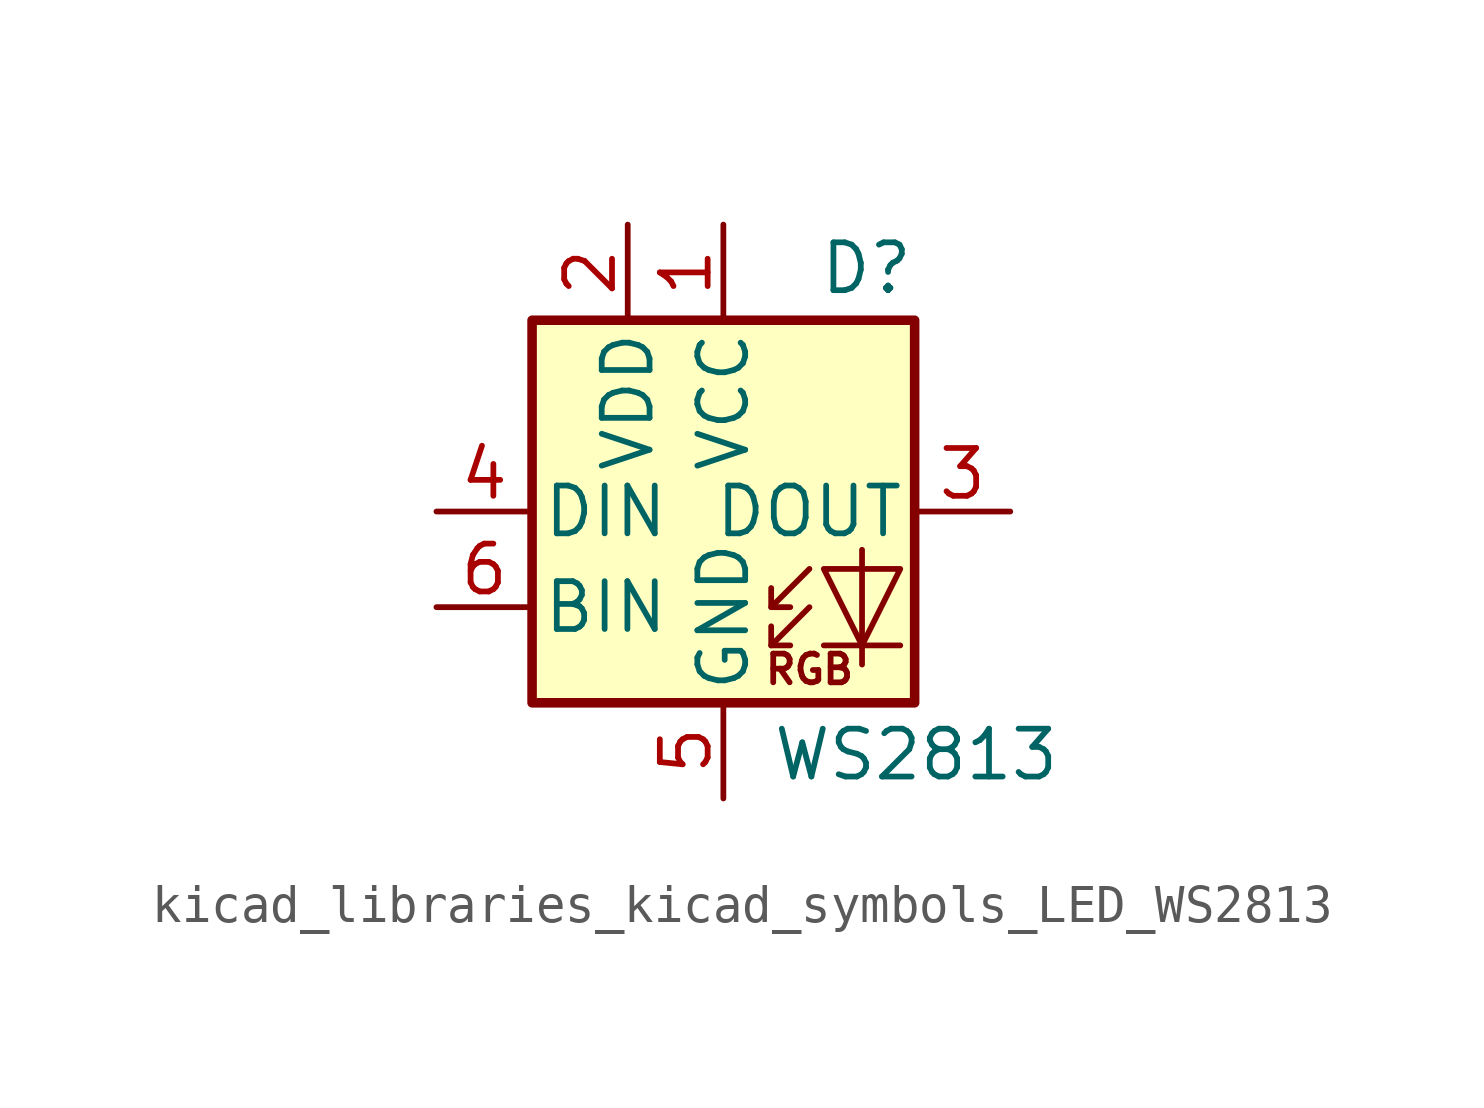
<source format=kicad_sym>
(kicad_symbol_lib
  (version 20220914)
  (generator kicad_symbol_editor)
  (symbol "kicad_libraries_kicad_symbols_LED_WS2813"
    (pin_names
      (offset 0.254))
    (property "Reference" "D"
      (at 5.08 5.715 0)
      (effects (font (size 1.27 1.27)) (justify right bottom)))
    (property "Value" "WS2813"
      (at 1.27 -5.715 0)
      (effects (font (size 1.27 1.27)) (justify left top)))
    (symbol "kicad_libraries_kicad_symbols_LED_WS2813_0_0"
      (text "RGB" (at 2.286 -4.191 0) (effects (font (size 0.762 0.762)))))
    (symbol "kicad_libraries_kicad_symbols_LED_WS2813_0_1"
      (polyline (pts (xy 1.27 -3.556) (xy 1.778 -3.556)) (stroke (width 0) (type default)) (fill (type none)))
      (polyline (pts (xy 1.27 -2.54) (xy 1.778 -2.54)) (stroke (width 0) (type default)) (fill (type none)))
      (polyline (pts (xy 4.699 -3.556) (xy 2.667 -3.556)) (stroke (width 0) (type default)) (fill (type none)))
      (polyline (pts (xy 2.286 -2.54) (xy 1.27 -3.556) (xy 1.27 -3.048)) (stroke (width 0) (type default)) (fill (type none)))
      (polyline (pts (xy 2.286 -1.524) (xy 1.27 -2.54) (xy 1.27 -2.032)) (stroke (width 0) (type default)) (fill (type none)))
      (polyline (pts (xy 3.683 -1.016) (xy 3.683 -3.556) (xy 3.683 -4.064)) (stroke (width 0) (type default)) (fill (type none)))
      (polyline (pts (xy 4.699 -1.524) (xy 2.667 -1.524) (xy 3.683 -3.556) (xy 4.699 -1.524)) (stroke (width 0) (type default)) (fill (type none)))
      (rectangle (start 5.08 5.08) (end -5.08 -5.08) (stroke (width 0.254) (type default)) (fill (type background))))
    (symbol "kicad_libraries_kicad_symbols_LED_WS2813_1_1"
      (pin power_in line (at 0 7.62 270) (length 2.54) (name "VCC" (effects (font (size 1.27 1.27)))) (number "1" (effects (font (size 1.27 1.27)))))
      (pin power_in line (at -2.54 7.62 270) (length 2.54) (name "VDD" (effects (font (size 1.27 1.27)))) (number "2" (effects (font (size 1.27 1.27)))))
      (pin output line (at 7.62 0 180) (length 2.54) (name "DOUT" (effects (font (size 1.27 1.27)))) (number "3" (effects (font (size 1.27 1.27)))))
      (pin input line (at -7.62 0 0) (length 2.54) (name "DIN" (effects (font (size 1.27 1.27)))) (number "4" (effects (font (size 1.27 1.27)))))
      (pin power_in line (at 0 -7.62 90) (length 2.54) (name "GND" (effects (font (size 1.27 1.27)))) (number "5" (effects (font (size 1.27 1.27)))))
      (pin input line (at -7.62 -2.54 0) (length 2.54) (name "BIN" (effects (font (size 1.27 1.27)))) (number "6" (effects (font (size 1.27 1.27))))))))
</source>
